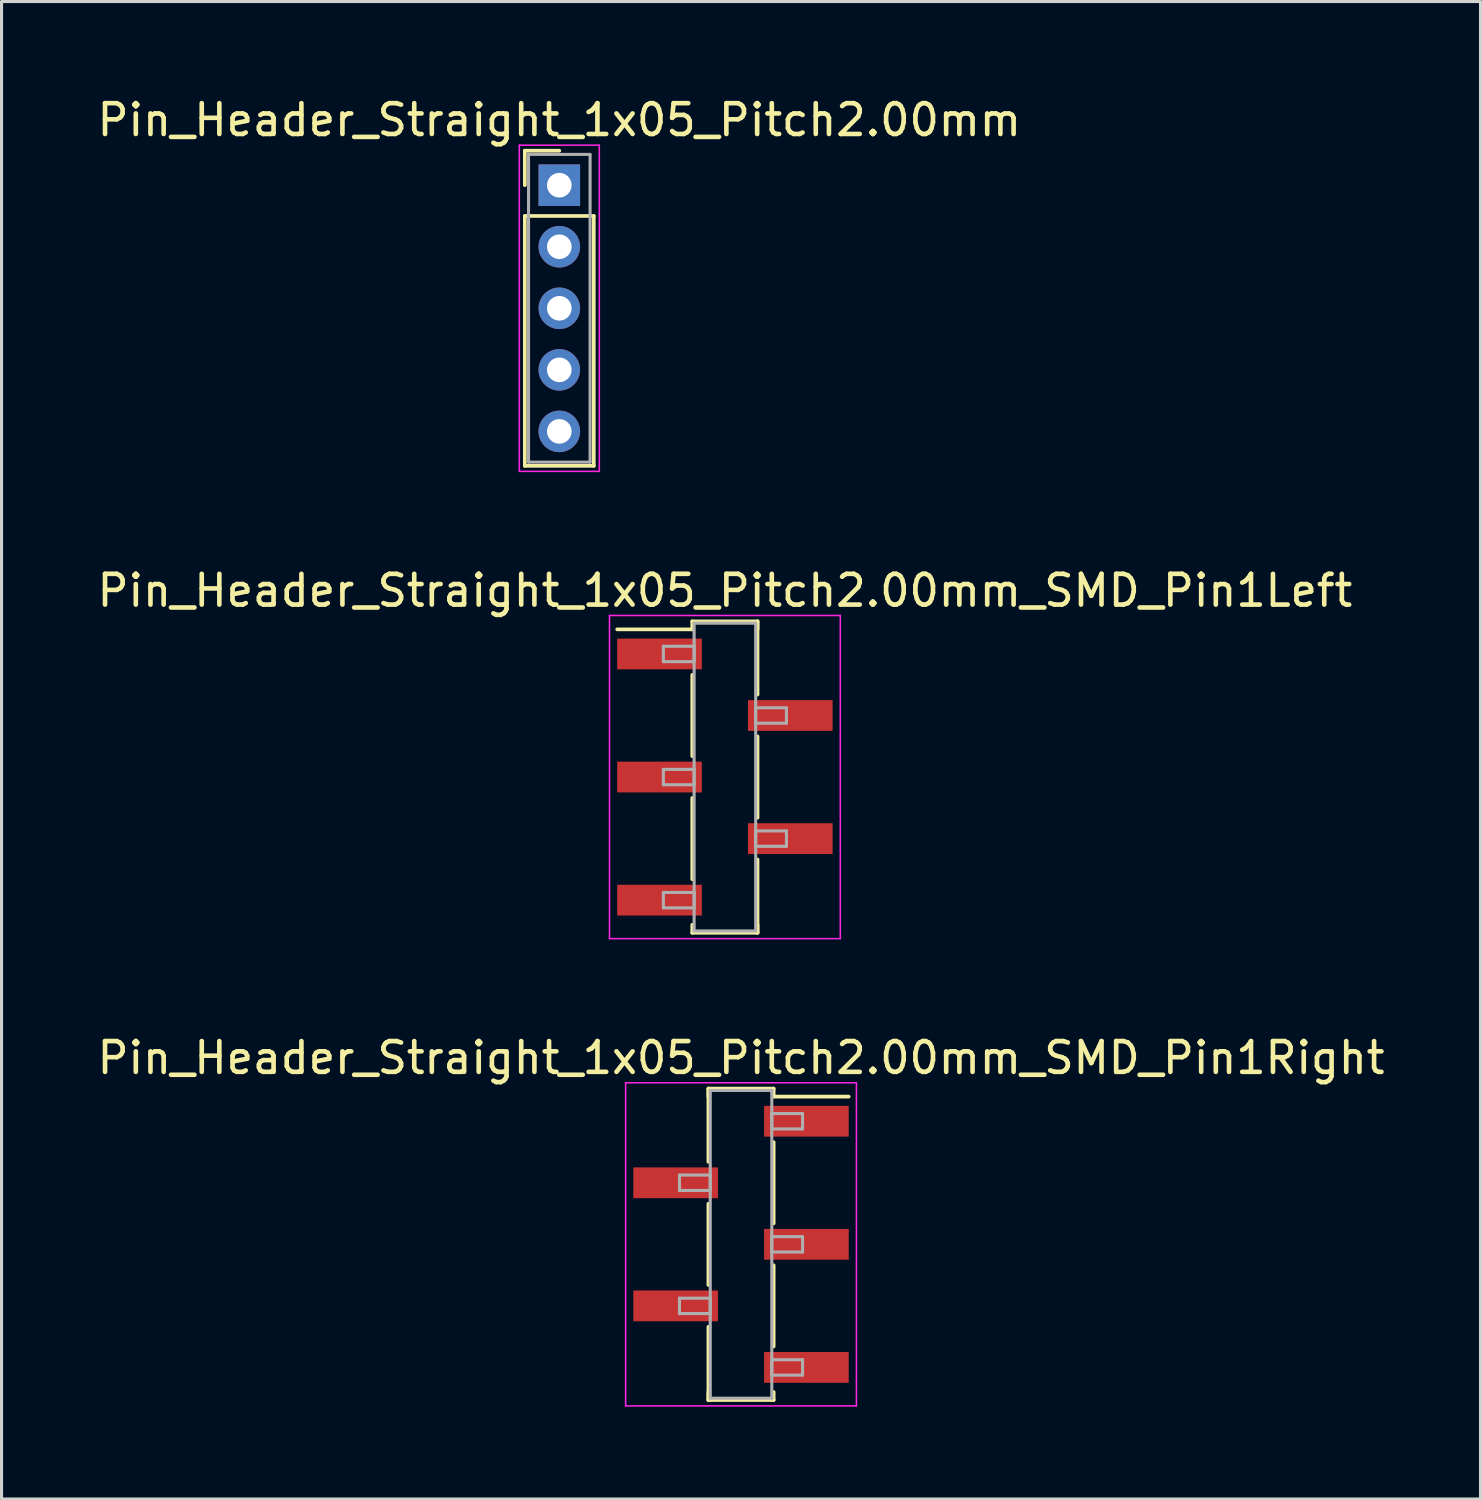
<source format=kicad_pcb>
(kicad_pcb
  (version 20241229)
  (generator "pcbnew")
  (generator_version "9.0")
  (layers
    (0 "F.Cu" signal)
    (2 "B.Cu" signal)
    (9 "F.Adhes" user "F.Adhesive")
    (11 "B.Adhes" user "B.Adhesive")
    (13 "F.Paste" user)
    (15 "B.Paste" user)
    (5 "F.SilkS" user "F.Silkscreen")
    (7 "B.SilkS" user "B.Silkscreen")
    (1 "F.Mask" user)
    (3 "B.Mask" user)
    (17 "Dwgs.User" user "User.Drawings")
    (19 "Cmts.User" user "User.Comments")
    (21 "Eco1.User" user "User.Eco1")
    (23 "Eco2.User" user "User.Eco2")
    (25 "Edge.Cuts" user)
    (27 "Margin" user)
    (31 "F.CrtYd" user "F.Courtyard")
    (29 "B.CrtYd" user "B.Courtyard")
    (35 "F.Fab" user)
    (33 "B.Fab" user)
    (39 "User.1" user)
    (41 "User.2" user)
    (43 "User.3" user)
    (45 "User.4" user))
  (footprint "Pin_Header_Straight_1x05_Pitch2.00mm"
    (layer "F.Cu")
    (at 15.125 2.968)
    (property "Reference" "Pin_Header_Straight_1x05_Pitch2.00mm" (at 0 -2.12 0) (layer "F.SilkS") (effects (font (size 1 1) (thickness 0.15))))
    (attr through_hole)
    (fp_line (start -1.12 -1.12) (end 0 -1.12) (stroke (width 0.12) (type solid)) (layer "F.SilkS"))
    (fp_line (start -1.12 0) (end -1.12 -1.12) (stroke (width 0.12) (type solid)) (layer "F.SilkS"))
    (fp_line (start -1.12 1) (end -1.12 9.12) (stroke (width 0.12) (type solid)) (layer "F.SilkS"))
    (fp_line (start -1.12 9.12) (end 1.12 9.12) (stroke (width 0.12) (type solid)) (layer "F.SilkS"))
    (fp_line (start 1.12 1) (end -1.12 1) (stroke (width 0.12) (type solid)) (layer "F.SilkS"))
    (fp_line (start 1.12 9.12) (end 1.12 1) (stroke (width 0.12) (type solid)) (layer "F.SilkS"))
    (fp_line (start -1.3 -1.3) (end -1.3 9.3) (stroke (width 0.05) (type solid)) (layer "F.CrtYd"))
    (fp_line (start -1.3 9.3) (end 1.3 9.3) (stroke (width 0.05) (type solid)) (layer "F.CrtYd"))
    (fp_line (start 1.3 -1.3) (end -1.3 -1.3) (stroke (width 0.05) (type solid)) (layer "F.CrtYd"))
    (fp_line (start 1.3 9.3) (end 1.3 -1.3) (stroke (width 0.05) (type solid)) (layer "F.CrtYd"))
    (fp_line (start -1 -1) (end -1 9) (stroke (width 0.1) (type solid)) (layer "F.Fab"))
    (fp_line (start -1 9) (end 1 9) (stroke (width 0.1) (type solid)) (layer "F.Fab"))
    (fp_line (start 1 -1) (end -1 -1) (stroke (width 0.1) (type solid)) (layer "F.Fab"))
    (fp_line (start 1 9) (end 1 -1) (stroke (width 0.1) (type solid)) (layer "F.Fab"))
    (pad "1" thru_hole rect (at 0 0) (size 1.35 1.35) (drill 0.8) (layers "*.Cu" "*.Mask"))
    (pad "2" thru_hole oval (at 0 2) (size 1.35 1.35) (drill 0.8) (layers "*.Cu" "*.Mask"))
    (pad "3" thru_hole oval (at 0 4) (size 1.35 1.35) (drill 0.8) (layers "*.Cu" "*.Mask"))
    (pad "4" thru_hole oval (at 0 6) (size 1.35 1.35) (drill 0.8) (layers "*.Cu" "*.Mask"))
    (pad "5" thru_hole oval (at 0 8) (size 1.35 1.35) (drill 0.8) (layers "*.Cu" "*.Mask")))
  (footprint "Pin_Header_Straight_1x05_Pitch2.00mm_SMD_Pin1Left"
    (layer "F.Cu")
    (at 20.506 22.201)
    (property "Reference" "Pin_Header_Straight_1x05_Pitch2.00mm_SMD_Pin1Left" (at 0 -6.06 0) (layer "F.SilkS") (effects (font (size 1 1) (thickness 0.15))))
    (attr smd)
    (fp_line (start -1.06 -5.06) (end 1.06 -5.06) (stroke (width 0.12) (type solid)) (layer "F.SilkS"))
    (fp_line (start -1.06 -4.8) (end -3.5 -4.8) (stroke (width 0.12) (type solid)) (layer "F.SilkS"))
    (fp_line (start -1.06 -4.8) (end -1.06 -5.06) (stroke (width 0.12) (type solid)) (layer "F.SilkS"))
    (fp_line (start -1.06 -3.32) (end -1.06 -0.68) (stroke (width 0.12) (type solid)) (layer "F.SilkS"))
    (fp_line (start -1.06 0.68) (end -1.06 3.32) (stroke (width 0.12) (type solid)) (layer "F.SilkS"))
    (fp_line (start -1.06 4.8) (end -1.06 5.06) (stroke (width 0.12) (type solid)) (layer "F.SilkS"))
    (fp_line (start -1.06 5.06) (end 1.06 5.06) (stroke (width 0.12) (type solid)) (layer "F.SilkS"))
    (fp_line (start 1.06 -5.06) (end 1.06 -4.8) (stroke (width 0.12) (type solid)) (layer "F.SilkS"))
    (fp_line (start 1.06 -5.06) (end 1.06 -2.68) (stroke (width 0.12) (type solid)) (layer "F.SilkS"))
    (fp_line (start 1.06 -1.32) (end 1.06 1.32) (stroke (width 0.12) (type solid)) (layer "F.SilkS"))
    (fp_line (start 1.06 2.68) (end 1.06 5.06) (stroke (width 0.12) (type solid)) (layer "F.SilkS"))
    (fp_line (start 1.06 5.06) (end 1.06 4.8) (stroke (width 0.12) (type solid)) (layer "F.SilkS"))
    (fp_line (start -3.75 -5.25) (end -3.75 5.25) (stroke (width 0.05) (type solid)) (layer "F.CrtYd"))
    (fp_line (start -3.75 5.25) (end 3.75 5.25) (stroke (width 0.05) (type solid)) (layer "F.CrtYd"))
    (fp_line (start 3.75 -5.25) (end -3.75 -5.25) (stroke (width 0.05) (type solid)) (layer "F.CrtYd"))
    (fp_line (start 3.75 5.25) (end 3.75 -5.25) (stroke (width 0.05) (type solid)) (layer "F.CrtYd"))
    (fp_line (start -2 -4.25) (end -1 -4.25) (stroke (width 0.1) (type solid)) (layer "F.Fab"))
    (fp_line (start -2 -3.75) (end -2 -4.25) (stroke (width 0.1) (type solid)) (layer "F.Fab"))
    (fp_line (start -2 -0.25) (end -1 -0.25) (stroke (width 0.1) (type solid)) (layer "F.Fab"))
    (fp_line (start -2 0.25) (end -2 -0.25) (stroke (width 0.1) (type solid)) (layer "F.Fab"))
    (fp_line (start -2 3.75) (end -1 3.75) (stroke (width 0.1) (type solid)) (layer "F.Fab"))
    (fp_line (start -2 4.25) (end -2 3.75) (stroke (width 0.1) (type solid)) (layer "F.Fab"))
    (fp_line (start -1 -5) (end -1 5) (stroke (width 0.1) (type solid)) (layer "F.Fab"))
    (fp_line (start -1 -4.25) (end -1 -3.75) (stroke (width 0.1) (type solid)) (layer "F.Fab"))
    (fp_line (start -1 -3.75) (end -2 -3.75) (stroke (width 0.1) (type solid)) (layer "F.Fab"))
    (fp_line (start -1 -0.25) (end -1 0.25) (stroke (width 0.1) (type solid)) (layer "F.Fab"))
    (fp_line (start -1 0.25) (end -2 0.25) (stroke (width 0.1) (type solid)) (layer "F.Fab"))
    (fp_line (start -1 3.75) (end -1 4.25) (stroke (width 0.1) (type solid)) (layer "F.Fab"))
    (fp_line (start -1 4.25) (end -2 4.25) (stroke (width 0.1) (type solid)) (layer "F.Fab"))
    (fp_line (start -1 5) (end 1 5) (stroke (width 0.1) (type solid)) (layer "F.Fab"))
    (fp_line (start 1 -5) (end -1 -5) (stroke (width 0.1) (type solid)) (layer "F.Fab"))
    (fp_line (start 1 -2.25) (end 1 -1.75) (stroke (width 0.1) (type solid)) (layer "F.Fab"))
    (fp_line (start 1 -1.75) (end 2 -1.75) (stroke (width 0.1) (type solid)) (layer "F.Fab"))
    (fp_line (start 1 1.75) (end 1 2.25) (stroke (width 0.1) (type solid)) (layer "F.Fab"))
    (fp_line (start 1 2.25) (end 2 2.25) (stroke (width 0.1) (type solid)) (layer "F.Fab"))
    (fp_line (start 1 5) (end 1 -5) (stroke (width 0.1) (type solid)) (layer "F.Fab"))
    (fp_line (start 2 -2.25) (end 1 -2.25) (stroke (width 0.1) (type solid)) (layer "F.Fab"))
    (fp_line (start 2 -1.75) (end 2 -2.25) (stroke (width 0.1) (type solid)) (layer "F.Fab"))
    (fp_line (start 2 1.75) (end 1 1.75) (stroke (width 0.1) (type solid)) (layer "F.Fab"))
    (fp_line (start 2 2.25) (end 2 1.75) (stroke (width 0.1) (type solid)) (layer "F.Fab"))
    (pad "1" smd rect (at -2.125 -4) (size 2.75 1) (layers "F.Cu" "F.Mask"))
    (pad "2" smd rect (at 2.125 -2) (size 2.75 1) (layers "F.Cu" "F.Mask"))
    (pad "3" smd rect (at -2.125 0) (size 2.75 1) (layers "F.Cu" "F.Mask"))
    (pad "4" smd rect (at 2.125 2) (size 2.75 1) (layers "F.Cu" "F.Mask"))
    (pad "5" smd rect (at -2.125 4) (size 2.75 1) (layers "F.Cu" "F.Mask")))
  (footprint "Pin_Header_Straight_1x05_Pitch2.00mm_SMD_Pin1Right"
    (layer "F.Cu")
    (at 21.03 37.385)
    (property "Reference" "Pin_Header_Straight_1x05_Pitch2.00mm_SMD_Pin1Right" (at 0 -6.06 0) (layer "F.SilkS") (effects (font (size 1 1) (thickness 0.15))))
    (attr smd)
    (fp_line (start -1.06 -5.06) (end -1.06 -2.68) (stroke (width 0.12) (type solid)) (layer "F.SilkS"))
    (fp_line (start -1.06 -5.06) (end 1.06 -5.06) (stroke (width 0.12) (type solid)) (layer "F.SilkS"))
    (fp_line (start -1.06 -4.8) (end -1.06 -5.06) (stroke (width 0.12) (type solid)) (layer "F.SilkS"))
    (fp_line (start -1.06 -1.32) (end -1.06 1.32) (stroke (width 0.12) (type solid)) (layer "F.SilkS"))
    (fp_line (start -1.06 2.68) (end -1.06 5.06) (stroke (width 0.12) (type solid)) (layer "F.SilkS"))
    (fp_line (start -1.06 4.8) (end -1.06 5.06) (stroke (width 0.12) (type solid)) (layer "F.SilkS"))
    (fp_line (start -1.06 5.06) (end 1.06 5.06) (stroke (width 0.12) (type solid)) (layer "F.SilkS"))
    (fp_line (start 1.06 -5.06) (end 1.06 -4.8) (stroke (width 0.12) (type solid)) (layer "F.SilkS"))
    (fp_line (start 1.06 -4.8) (end 3.5 -4.8) (stroke (width 0.12) (type solid)) (layer "F.SilkS"))
    (fp_line (start 1.06 -3.32) (end 1.06 -0.68) (stroke (width 0.12) (type solid)) (layer "F.SilkS"))
    (fp_line (start 1.06 0.68) (end 1.06 3.32) (stroke (width 0.12) (type solid)) (layer "F.SilkS"))
    (fp_line (start 1.06 5.06) (end 1.06 4.8) (stroke (width 0.12) (type solid)) (layer "F.SilkS"))
    (fp_line (start -3.75 -5.25) (end -3.75 5.25) (stroke (width 0.05) (type solid)) (layer "F.CrtYd"))
    (fp_line (start -3.75 5.25) (end 3.75 5.25) (stroke (width 0.05) (type solid)) (layer "F.CrtYd"))
    (fp_line (start 3.75 -5.25) (end -3.75 -5.25) (stroke (width 0.05) (type solid)) (layer "F.CrtYd"))
    (fp_line (start 3.75 5.25) (end 3.75 -5.25) (stroke (width 0.05) (type solid)) (layer "F.CrtYd"))
    (fp_line (start -2 -2.25) (end -1 -2.25) (stroke (width 0.1) (type solid)) (layer "F.Fab"))
    (fp_line (start -2 -1.75) (end -2 -2.25) (stroke (width 0.1) (type solid)) (layer "F.Fab"))
    (fp_line (start -2 1.75) (end -1 1.75) (stroke (width 0.1) (type solid)) (layer "F.Fab"))
    (fp_line (start -2 2.25) (end -2 1.75) (stroke (width 0.1) (type solid)) (layer "F.Fab"))
    (fp_line (start -1 -5) (end -1 5) (stroke (width 0.1) (type solid)) (layer "F.Fab"))
    (fp_line (start -1 -2.25) (end -1 -1.75) (stroke (width 0.1) (type solid)) (layer "F.Fab"))
    (fp_line (start -1 -1.75) (end -2 -1.75) (stroke (width 0.1) (type solid)) (layer "F.Fab"))
    (fp_line (start -1 1.75) (end -1 2.25) (stroke (width 0.1) (type solid)) (layer "F.Fab"))
    (fp_line (start -1 2.25) (end -2 2.25) (stroke (width 0.1) (type solid)) (layer "F.Fab"))
    (fp_line (start -1 5) (end 1 5) (stroke (width 0.1) (type solid)) (layer "F.Fab"))
    (fp_line (start 1 -5) (end -1 -5) (stroke (width 0.1) (type solid)) (layer "F.Fab"))
    (fp_line (start 1 -4.25) (end 1 -3.75) (stroke (width 0.1) (type solid)) (layer "F.Fab"))
    (fp_line (start 1 -3.75) (end 2 -3.75) (stroke (width 0.1) (type solid)) (layer "F.Fab"))
    (fp_line (start 1 -0.25) (end 1 0.25) (stroke (width 0.1) (type solid)) (layer "F.Fab"))
    (fp_line (start 1 0.25) (end 2 0.25) (stroke (width 0.1) (type solid)) (layer "F.Fab"))
    (fp_line (start 1 3.75) (end 1 4.25) (stroke (width 0.1) (type solid)) (layer "F.Fab"))
    (fp_line (start 1 4.25) (end 2 4.25) (stroke (width 0.1) (type solid)) (layer "F.Fab"))
    (fp_line (start 1 5) (end 1 -5) (stroke (width 0.1) (type solid)) (layer "F.Fab"))
    (fp_line (start 2 -4.25) (end 1 -4.25) (stroke (width 0.1) (type solid)) (layer "F.Fab"))
    (fp_line (start 2 -3.75) (end 2 -4.25) (stroke (width 0.1) (type solid)) (layer "F.Fab"))
    (fp_line (start 2 -0.25) (end 1 -0.25) (stroke (width 0.1) (type solid)) (layer "F.Fab"))
    (fp_line (start 2 0.25) (end 2 -0.25) (stroke (width 0.1) (type solid)) (layer "F.Fab"))
    (fp_line (start 2 3.75) (end 1 3.75) (stroke (width 0.1) (type solid)) (layer "F.Fab"))
    (fp_line (start 2 4.25) (end 2 3.75) (stroke (width 0.1) (type solid)) (layer "F.Fab"))
    (pad "1" smd rect (at 2.125 -4) (size 2.75 1) (layers "F.Cu" "F.Mask"))
    (pad "2" smd rect (at -2.125 -2) (size 2.75 1) (layers "F.Cu" "F.Mask"))
    (pad "3" smd rect (at 2.125 0) (size 2.75 1) (layers "F.Cu" "F.Mask"))
    (pad "4" smd rect (at -2.125 2) (size 2.75 1) (layers "F.Cu" "F.Mask"))
    (pad "5" smd rect (at 2.125 4) (size 2.75 1) (layers "F.Cu" "F.Mask")))
  (gr_rect
    (start -3 -3)
    (end 45.06 45.66)
    (stroke (width 0.1) (type default))
    (fill no)
    (layer "Edge.Cuts")))
</source>
